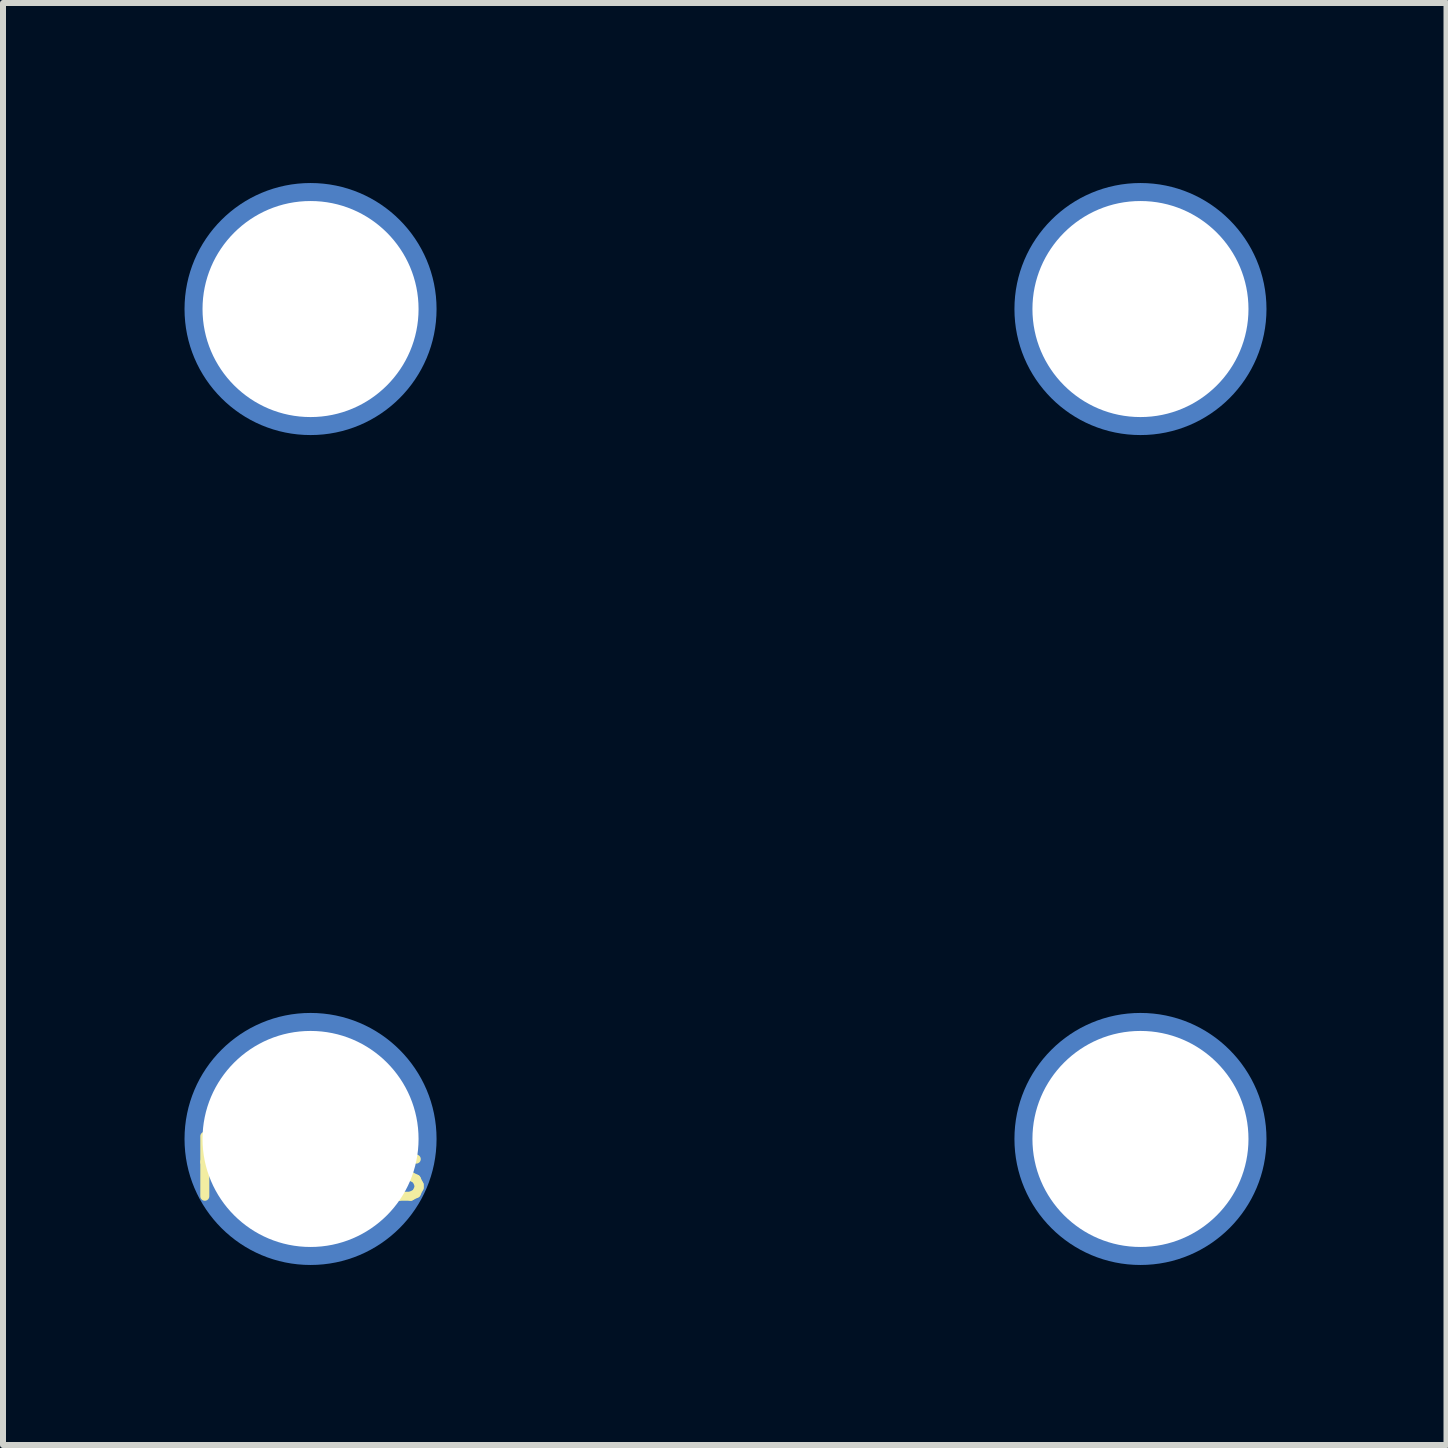
<source format=kicad_pcb>
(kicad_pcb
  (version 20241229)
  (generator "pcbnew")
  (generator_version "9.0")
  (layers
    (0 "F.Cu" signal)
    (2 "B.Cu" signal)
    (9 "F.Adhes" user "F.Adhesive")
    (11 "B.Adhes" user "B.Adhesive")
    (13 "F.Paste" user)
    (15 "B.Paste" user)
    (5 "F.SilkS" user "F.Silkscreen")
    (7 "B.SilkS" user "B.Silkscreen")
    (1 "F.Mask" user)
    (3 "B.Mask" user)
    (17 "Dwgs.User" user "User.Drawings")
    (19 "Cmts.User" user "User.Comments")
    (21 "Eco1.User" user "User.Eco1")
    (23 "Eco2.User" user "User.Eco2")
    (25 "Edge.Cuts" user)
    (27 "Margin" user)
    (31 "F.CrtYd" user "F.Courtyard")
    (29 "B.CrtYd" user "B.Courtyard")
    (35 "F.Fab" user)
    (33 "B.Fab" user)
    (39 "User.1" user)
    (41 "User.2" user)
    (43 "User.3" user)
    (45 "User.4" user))
  (footprint "holes"
    (layer "F.Cu")
    (at 2.125 15.93)
    (property "Reference" "holes" (at 0 0.5 0) (layer "F.SilkS") (effects (font (size 1 1) (thickness 0.15))))
    (attr through_hole)
    (pad "" np_thru_hole circle (at 0 -13.83) (size 4.2 4.2) (drill 3.6) (layers "B.Cu"))
    (pad "" np_thru_hole circle (at 0 0) (size 4.2 4.2) (drill 3.6) (layers "B.Cu"))
    (pad "" np_thru_hole circle (at 13.83 -13.83) (size 4.2 4.2) (drill 3.6) (layers "B.Cu"))
    (pad "" np_thru_hole circle (at 13.83 0) (size 4.2 4.2) (drill 3.6) (layers "B.Cu")))
  (gr_rect
    (start -3 -3)
    (end 21.055 21.03)
    (stroke (width 0.1) (type default))
    (fill no)
    (layer "Edge.Cuts")))
</source>
